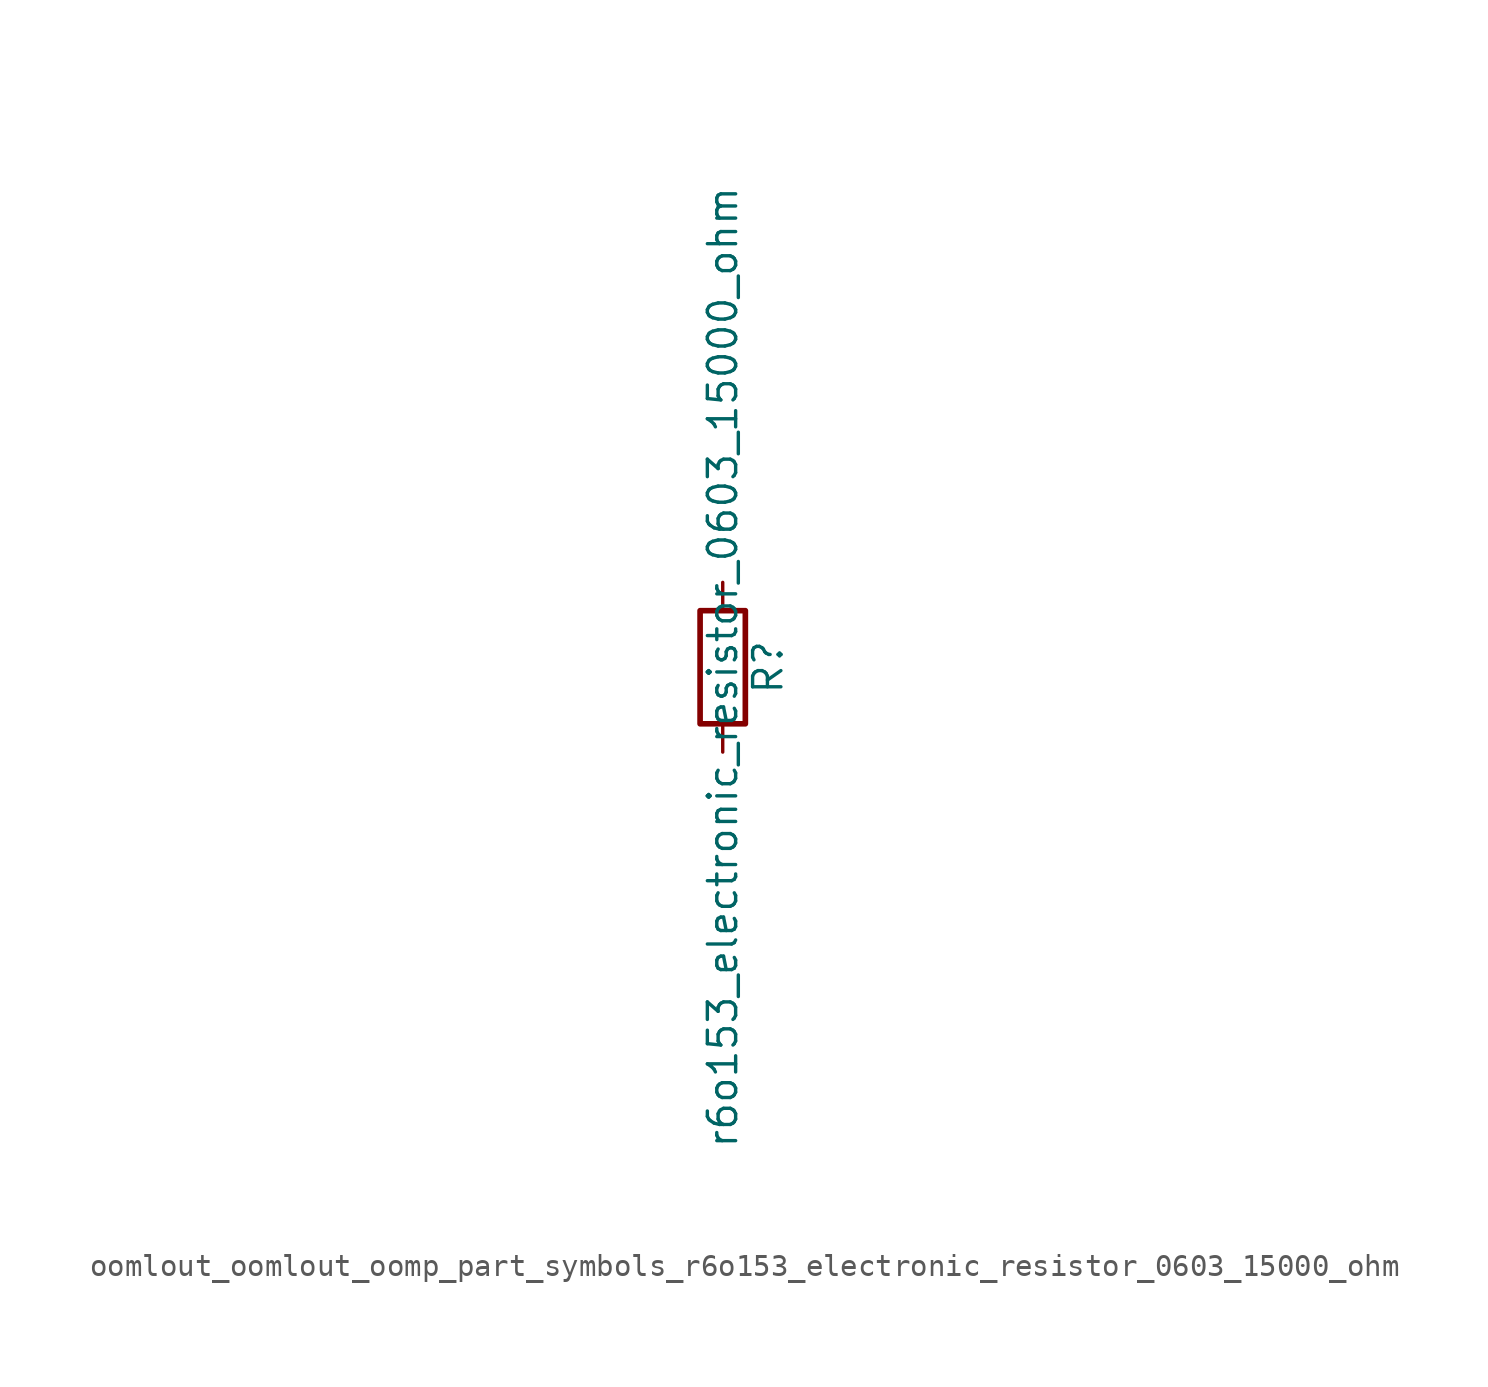
<source format=kicad_sym>
(kicad_symbol_lib
  (version 20220914)
  (generator kicad_symbol_editor)
  (symbol "oomlout_oomlout_oomp_part_symbols_r6o153_electronic_resistor_0603_15000_ohm"
    (pin_numbers hide)
    (pin_names
      (offset 0))
    (property "Reference" "R"
      (at 2.032 0 90)
      (effects (font (size 1.27 1.27))))
    (property "Value" "r6o153_electronic_resistor_0603_15000_ohm"
      (at 0 0 90)
      (effects (font (size 1.27 1.27))))
    (symbol "oomlout_oomlout_oomp_part_symbols_r6o153_electronic_resistor_0603_15000_ohm_0_1"
      (rectangle (start -1.016 -2.54) (end 1.016 2.54) (stroke (width 0.254) (type default)) (fill (type none))))
    (symbol "oomlout_oomlout_oomp_part_symbols_r6o153_electronic_resistor_0603_15000_ohm_1_1"
      (pin passive line (at 0 3.81 270) (length 1.27) (name "~" (effects (font (size 1.27 1.27)))) (number "1" (effects (font (size 1.27 1.27)))))
      (pin passive line (at 0 -3.81 90) (length 1.27) (name "~" (effects (font (size 1.27 1.27)))) (number "2" (effects (font (size 1.27 1.27))))))))
</source>
